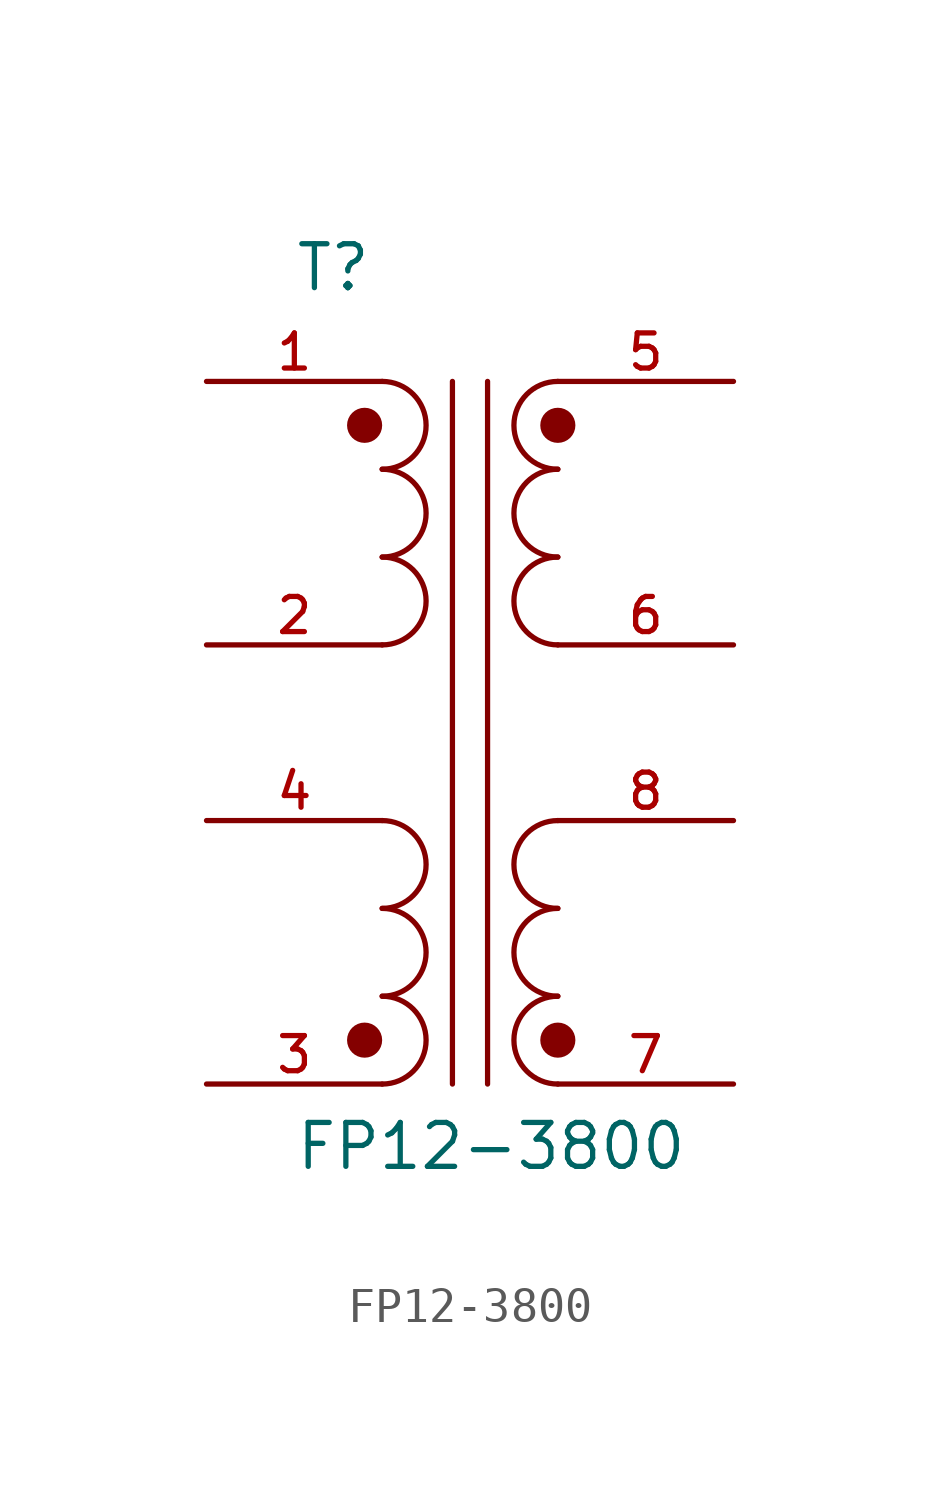
<source format=kicad_sym>
(kicad_symbol_lib
  (version 20211014)
  (generator kicad_symbol_editor)
  (symbol "FP12-3800"
    (pin_names
      (offset 1.016))
    (property "Reference" "T"
      (at -5.084 12.708 0)
      (effects (font (size 1.27 1.27)) (justify bottom left)))
    (property "Value" "FP12-3800"
      (at -5.081 -12.703 0)
      (effects (font (size 1.27 1.27)) (justify bottom left)))
    (symbol "FP12-3800_0_0"
      (arc (start -2.54 2.54) (mid -1.27 3.81) (end -2.54 5.08) (stroke (width 0.1524) (type default) (color 0 0 0 0)) (fill (type none)))
      (arc (start 2.54 5.08) (mid 1.27 3.81) (end 2.54 2.54) (stroke (width 0.1524) (type default) (color 0 0 0 0)) (fill (type none)))
      (arc (start -2.54 5.08) (mid -1.27 6.35) (end -2.54 7.62) (stroke (width 0.1524) (type default) (color 0 0 0 0)) (fill (type none)))
      (arc (start -2.54 7.62) (mid -1.27 8.89) (end -2.54 10.16) (stroke (width 0.1524) (type default) (color 0 0 0 0)) (fill (type none)))
      (arc (start 2.54 7.62) (mid 1.27 6.35) (end 2.54 5.08) (stroke (width 0.1524) (type default) (color 0 0 0 0)) (fill (type none)))
      (arc (start 2.54 10.16) (mid 1.27 8.89) (end 2.54 7.62) (stroke (width 0.1524) (type default) (color 0 0 0 0)) (fill (type none)))
      (circle (center -3.048 8.89) (radius 0.254) (stroke (width 0.508)) (fill (type none)))
      (circle (center 2.54 8.89) (radius 0.254) (stroke (width 0.508)) (fill (type none)))
      (arc (start 2.54 -5.08) (mid 1.27 -6.35) (end 2.54 -7.62) (stroke (width 0.1524) (type default) (color 0 0 0 0)) (fill (type none)))
      (arc (start 2.54 -2.54) (mid 1.27 -3.81) (end 2.54 -5.08) (stroke (width 0.1524) (type default) (color 0 0 0 0)) (fill (type none)))
      (polyline (pts (xy 0.508 10.16) (xy 0.508 -10.16)) (stroke (width 0.152)))
      (polyline (pts (xy -0.508 10.16) (xy -0.508 -10.16)) (stroke (width 0.152)))
      (arc (start 2.54 -7.62) (mid 1.27 -8.89) (end 2.54 -10.16) (stroke (width 0.1524) (type default) (color 0 0 0 0)) (fill (type none)))
      (circle (center 2.54 -8.89) (radius 0.254) (stroke (width 0.508)) (fill (type none)))
      (arc (start -2.54 -10.16) (mid -1.27 -8.89) (end -2.54 -7.62) (stroke (width 0.1524) (type default) (color 0 0 0 0)) (fill (type none)))
      (arc (start -2.54 -7.62) (mid -1.27 -6.35) (end -2.54 -5.08) (stroke (width 0.1524) (type default) (color 0 0 0 0)) (fill (type none)))
      (arc (start -2.54 -5.08) (mid -1.27 -3.81) (end -2.54 -2.54) (stroke (width 0.1524) (type default) (color 0 0 0 0)) (fill (type none)))
      (circle (center -3.048 -8.89) (radius 0.254) (stroke (width 0.508)) (fill (type none)))
      (pin passive line (at -7.62 10.16 0) (length 5.08) (name "~" (effects (font (size 1.016 1.016)))) (number "1" (effects (font (size 1.016 1.016)))))
      (pin passive line (at -7.62 2.54 0) (length 5.08) (name "~" (effects (font (size 1.016 1.016)))) (number "2" (effects (font (size 1.016 1.016)))))
      (pin passive line (at 7.62 -2.54 180.0) (length 5.08) (name "~" (effects (font (size 1.016 1.016)))) (number "8" (effects (font (size 1.016 1.016)))))
      (pin passive line (at 7.62 -10.16 180.0) (length 5.08) (name "~" (effects (font (size 1.016 1.016)))) (number "7" (effects (font (size 1.016 1.016)))))
      (pin passive line (at 7.62 10.16 180.0) (length 5.08) (name "~" (effects (font (size 1.016 1.016)))) (number "5" (effects (font (size 1.016 1.016)))))
      (pin passive line (at 7.62 2.54 180.0) (length 5.08) (name "~" (effects (font (size 1.016 1.016)))) (number "6" (effects (font (size 1.016 1.016)))))
      (pin passive line (at -7.62 -2.54 0) (length 5.08) (name "~" (effects (font (size 1.016 1.016)))) (number "4" (effects (font (size 1.016 1.016)))))
      (pin passive line (at -7.62 -10.16 0) (length 5.08) (name "~" (effects (font (size 1.016 1.016)))) (number "3" (effects (font (size 1.016 1.016))))))))
</source>
